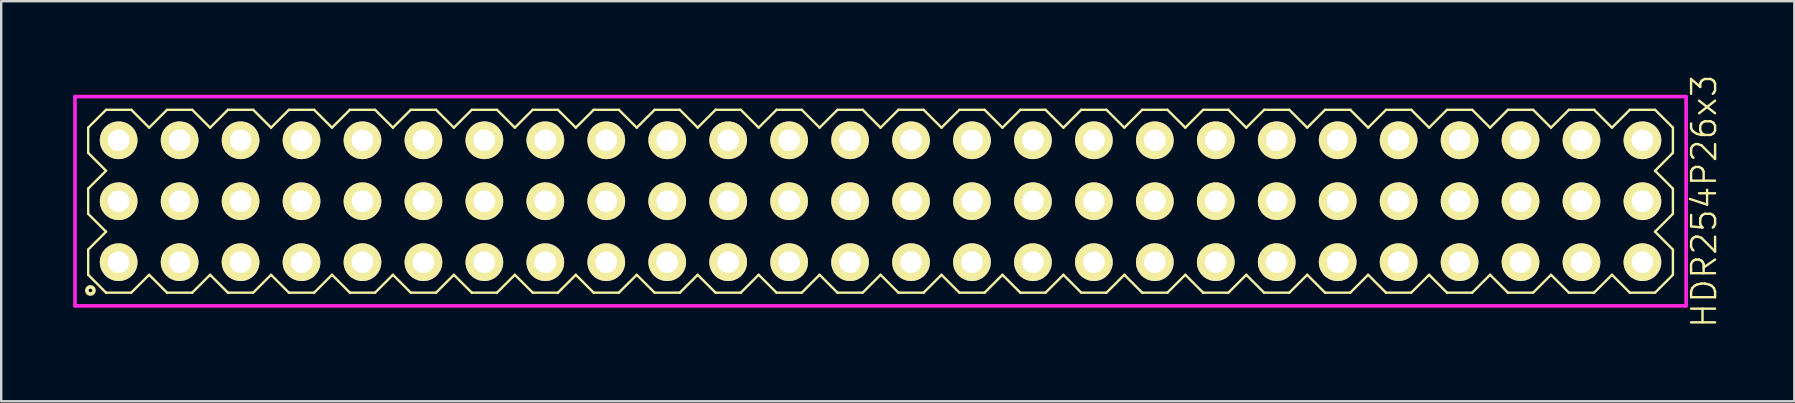
<source format=kicad_pcb>
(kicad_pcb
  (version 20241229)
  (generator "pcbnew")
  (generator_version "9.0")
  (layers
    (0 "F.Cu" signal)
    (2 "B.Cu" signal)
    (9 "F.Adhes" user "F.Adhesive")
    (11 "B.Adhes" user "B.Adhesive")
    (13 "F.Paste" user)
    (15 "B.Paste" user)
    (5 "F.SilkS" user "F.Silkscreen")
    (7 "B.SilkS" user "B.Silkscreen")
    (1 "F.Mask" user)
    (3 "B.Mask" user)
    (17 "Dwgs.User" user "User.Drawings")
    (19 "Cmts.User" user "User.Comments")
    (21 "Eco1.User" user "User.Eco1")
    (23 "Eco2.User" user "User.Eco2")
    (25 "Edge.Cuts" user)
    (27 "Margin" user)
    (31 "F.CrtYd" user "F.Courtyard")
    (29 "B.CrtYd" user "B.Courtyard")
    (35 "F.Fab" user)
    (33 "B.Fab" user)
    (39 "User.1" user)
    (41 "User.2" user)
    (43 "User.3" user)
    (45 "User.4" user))
  (footprint "HDR254P26x3"
    (layer "F.Cu")
    (at 33.645 5.336)
    (property "Reference" "HDR254P26x3" (at 34.32 0 90) (layer "F.SilkS") (effects (font (size 1 1) (thickness 0.1))))
    (attr through_hole)
    (fp_line (start -33.02 -3.066) (end -32.276 -3.81) (stroke (width 0.1) (type solid)) (layer "F.SilkS"))
    (fp_line (start -33.02 -2.014) (end -33.02 -3.066) (stroke (width 0.1) (type solid)) (layer "F.SilkS"))
    (fp_line (start -33.02 -0.526) (end -32.276 -1.27) (stroke (width 0.1) (type solid)) (layer "F.SilkS"))
    (fp_line (start -33.02 0.526) (end -33.02 -0.526) (stroke (width 0.1) (type solid)) (layer "F.SilkS"))
    (fp_line (start -33.02 2.014) (end -32.276 1.27) (stroke (width 0.1) (type solid)) (layer "F.SilkS"))
    (fp_line (start -33.02 3.066) (end -33.02 2.014) (stroke (width 0.1) (type solid)) (layer "F.SilkS"))
    (fp_line (start -32.276 -3.81) (end -31.224 -3.81) (stroke (width 0.1) (type solid)) (layer "F.SilkS"))
    (fp_line (start -32.276 -1.27) (end -33.02 -2.014) (stroke (width 0.1) (type solid)) (layer "F.SilkS"))
    (fp_line (start -32.276 1.27) (end -33.02 0.526) (stroke (width 0.1) (type solid)) (layer "F.SilkS"))
    (fp_line (start -32.276 3.81) (end -33.02 3.066) (stroke (width 0.1) (type solid)) (layer "F.SilkS"))
    (fp_line (start -31.224 -3.81) (end -30.48 -3.066) (stroke (width 0.1) (type solid)) (layer "F.SilkS"))
    (fp_line (start -31.224 3.81) (end -32.276 3.81) (stroke (width 0.1) (type solid)) (layer "F.SilkS"))
    (fp_line (start -30.48 -3.066) (end -29.736 -3.81) (stroke (width 0.1) (type solid)) (layer "F.SilkS"))
    (fp_line (start -30.48 3.066) (end -31.224 3.81) (stroke (width 0.1) (type solid)) (layer "F.SilkS"))
    (fp_line (start -29.736 -3.81) (end -28.684 -3.81) (stroke (width 0.1) (type solid)) (layer "F.SilkS"))
    (fp_line (start -29.736 3.81) (end -30.48 3.066) (stroke (width 0.1) (type solid)) (layer "F.SilkS"))
    (fp_line (start -28.684 -3.81) (end -27.94 -3.066) (stroke (width 0.1) (type solid)) (layer "F.SilkS"))
    (fp_line (start -28.684 3.81) (end -29.736 3.81) (stroke (width 0.1) (type solid)) (layer "F.SilkS"))
    (fp_line (start -27.94 -3.066) (end -27.196 -3.81) (stroke (width 0.1) (type solid)) (layer "F.SilkS"))
    (fp_line (start -27.94 3.066) (end -28.684 3.81) (stroke (width 0.1) (type solid)) (layer "F.SilkS"))
    (fp_line (start -27.196 -3.81) (end -26.144 -3.81) (stroke (width 0.1) (type solid)) (layer "F.SilkS"))
    (fp_line (start -27.196 3.81) (end -27.94 3.066) (stroke (width 0.1) (type solid)) (layer "F.SilkS"))
    (fp_line (start -26.144 -3.81) (end -25.4 -3.066) (stroke (width 0.1) (type solid)) (layer "F.SilkS"))
    (fp_line (start -26.144 3.81) (end -27.196 3.81) (stroke (width 0.1) (type solid)) (layer "F.SilkS"))
    (fp_line (start -25.4 -3.066) (end -24.656 -3.81) (stroke (width 0.1) (type solid)) (layer "F.SilkS"))
    (fp_line (start -25.4 3.066) (end -26.144 3.81) (stroke (width 0.1) (type solid)) (layer "F.SilkS"))
    (fp_line (start -24.656 -3.81) (end -23.604 -3.81) (stroke (width 0.1) (type solid)) (layer "F.SilkS"))
    (fp_line (start -24.656 3.81) (end -25.4 3.066) (stroke (width 0.1) (type solid)) (layer "F.SilkS"))
    (fp_line (start -23.604 -3.81) (end -22.86 -3.066) (stroke (width 0.1) (type solid)) (layer "F.SilkS"))
    (fp_line (start -23.604 3.81) (end -24.656 3.81) (stroke (width 0.1) (type solid)) (layer "F.SilkS"))
    (fp_line (start -22.86 -3.066) (end -22.116 -3.81) (stroke (width 0.1) (type solid)) (layer "F.SilkS"))
    (fp_line (start -22.86 3.066) (end -23.604 3.81) (stroke (width 0.1) (type solid)) (layer "F.SilkS"))
    (fp_line (start -22.116 -3.81) (end -21.064 -3.81) (stroke (width 0.1) (type solid)) (layer "F.SilkS"))
    (fp_line (start -22.116 3.81) (end -22.86 3.066) (stroke (width 0.1) (type solid)) (layer "F.SilkS"))
    (fp_line (start -21.064 -3.81) (end -20.32 -3.066) (stroke (width 0.1) (type solid)) (layer "F.SilkS"))
    (fp_line (start -21.064 3.81) (end -22.116 3.81) (stroke (width 0.1) (type solid)) (layer "F.SilkS"))
    (fp_line (start -20.32 -3.066) (end -19.576 -3.81) (stroke (width 0.1) (type solid)) (layer "F.SilkS"))
    (fp_line (start -20.32 3.066) (end -21.064 3.81) (stroke (width 0.1) (type solid)) (layer "F.SilkS"))
    (fp_line (start -19.576 -3.81) (end -18.524 -3.81) (stroke (width 0.1) (type solid)) (layer "F.SilkS"))
    (fp_line (start -19.576 3.81) (end -20.32 3.066) (stroke (width 0.1) (type solid)) (layer "F.SilkS"))
    (fp_line (start -18.524 -3.81) (end -17.78 -3.066) (stroke (width 0.1) (type solid)) (layer "F.SilkS"))
    (fp_line (start -18.524 3.81) (end -19.576 3.81) (stroke (width 0.1) (type solid)) (layer "F.SilkS"))
    (fp_line (start -17.78 -3.066) (end -17.036 -3.81) (stroke (width 0.1) (type solid)) (layer "F.SilkS"))
    (fp_line (start -17.78 3.066) (end -18.524 3.81) (stroke (width 0.1) (type solid)) (layer "F.SilkS"))
    (fp_line (start -17.036 -3.81) (end -15.984 -3.81) (stroke (width 0.1) (type solid)) (layer "F.SilkS"))
    (fp_line (start -17.036 3.81) (end -17.78 3.066) (stroke (width 0.1) (type solid)) (layer "F.SilkS"))
    (fp_line (start -15.984 -3.81) (end -15.24 -3.066) (stroke (width 0.1) (type solid)) (layer "F.SilkS"))
    (fp_line (start -15.984 3.81) (end -17.036 3.81) (stroke (width 0.1) (type solid)) (layer "F.SilkS"))
    (fp_line (start -15.24 -3.066) (end -14.496 -3.81) (stroke (width 0.1) (type solid)) (layer "F.SilkS"))
    (fp_line (start -15.24 3.066) (end -15.984 3.81) (stroke (width 0.1) (type solid)) (layer "F.SilkS"))
    (fp_line (start -14.496 -3.81) (end -13.444 -3.81) (stroke (width 0.1) (type solid)) (layer "F.SilkS"))
    (fp_line (start -14.496 3.81) (end -15.24 3.066) (stroke (width 0.1) (type solid)) (layer "F.SilkS"))
    (fp_line (start -13.444 -3.81) (end -12.7 -3.066) (stroke (width 0.1) (type solid)) (layer "F.SilkS"))
    (fp_line (start -13.444 3.81) (end -14.496 3.81) (stroke (width 0.1) (type solid)) (layer "F.SilkS"))
    (fp_line (start -12.7 -3.066) (end -11.956 -3.81) (stroke (width 0.1) (type solid)) (layer "F.SilkS"))
    (fp_line (start -12.7 3.066) (end -13.444 3.81) (stroke (width 0.1) (type solid)) (layer "F.SilkS"))
    (fp_line (start -11.956 -3.81) (end -10.904 -3.81) (stroke (width 0.1) (type solid)) (layer "F.SilkS"))
    (fp_line (start -11.956 3.81) (end -12.7 3.066) (stroke (width 0.1) (type solid)) (layer "F.SilkS"))
    (fp_line (start -10.904 -3.81) (end -10.16 -3.066) (stroke (width 0.1) (type solid)) (layer "F.SilkS"))
    (fp_line (start -10.904 3.81) (end -11.956 3.81) (stroke (width 0.1) (type solid)) (layer "F.SilkS"))
    (fp_line (start -10.16 -3.066) (end -9.416 -3.81) (stroke (width 0.1) (type solid)) (layer "F.SilkS"))
    (fp_line (start -10.16 3.066) (end -10.904 3.81) (stroke (width 0.1) (type solid)) (layer "F.SilkS"))
    (fp_line (start -9.416 -3.81) (end -8.364 -3.81) (stroke (width 0.1) (type solid)) (layer "F.SilkS"))
    (fp_line (start -9.416 3.81) (end -10.16 3.066) (stroke (width 0.1) (type solid)) (layer "F.SilkS"))
    (fp_line (start -8.364 -3.81) (end -7.62 -3.066) (stroke (width 0.1) (type solid)) (layer "F.SilkS"))
    (fp_line (start -8.364 3.81) (end -9.416 3.81) (stroke (width 0.1) (type solid)) (layer "F.SilkS"))
    (fp_line (start -7.62 -3.066) (end -6.876 -3.81) (stroke (width 0.1) (type solid)) (layer "F.SilkS"))
    (fp_line (start -7.62 3.066) (end -8.364 3.81) (stroke (width 0.1) (type solid)) (layer "F.SilkS"))
    (fp_line (start -6.876 -3.81) (end -5.824 -3.81) (stroke (width 0.1) (type solid)) (layer "F.SilkS"))
    (fp_line (start -6.876 3.81) (end -7.62 3.066) (stroke (width 0.1) (type solid)) (layer "F.SilkS"))
    (fp_line (start -5.824 -3.81) (end -5.08 -3.066) (stroke (width 0.1) (type solid)) (layer "F.SilkS"))
    (fp_line (start -5.824 3.81) (end -6.876 3.81) (stroke (width 0.1) (type solid)) (layer "F.SilkS"))
    (fp_line (start -5.08 -3.066) (end -4.336 -3.81) (stroke (width 0.1) (type solid)) (layer "F.SilkS"))
    (fp_line (start -5.08 3.066) (end -5.824 3.81) (stroke (width 0.1) (type solid)) (layer "F.SilkS"))
    (fp_line (start -4.336 -3.81) (end -3.284 -3.81) (stroke (width 0.1) (type solid)) (layer "F.SilkS"))
    (fp_line (start -4.336 3.81) (end -5.08 3.066) (stroke (width 0.1) (type solid)) (layer "F.SilkS"))
    (fp_line (start -3.284 -3.81) (end -2.54 -3.066) (stroke (width 0.1) (type solid)) (layer "F.SilkS"))
    (fp_line (start -3.284 3.81) (end -4.336 3.81) (stroke (width 0.1) (type solid)) (layer "F.SilkS"))
    (fp_line (start -2.54 -3.066) (end -1.796 -3.81) (stroke (width 0.1) (type solid)) (layer "F.SilkS"))
    (fp_line (start -2.54 3.066) (end -3.284 3.81) (stroke (width 0.1) (type solid)) (layer "F.SilkS"))
    (fp_line (start -1.796 -3.81) (end -0.744 -3.81) (stroke (width 0.1) (type solid)) (layer "F.SilkS"))
    (fp_line (start -1.796 3.81) (end -2.54 3.066) (stroke (width 0.1) (type solid)) (layer "F.SilkS"))
    (fp_line (start -0.744 -3.81) (end 0 -3.066) (stroke (width 0.1) (type solid)) (layer "F.SilkS"))
    (fp_line (start -0.744 3.81) (end -1.796 3.81) (stroke (width 0.1) (type solid)) (layer "F.SilkS"))
    (fp_line (start 0 -3.066) (end 0.744 -3.81) (stroke (width 0.1) (type solid)) (layer "F.SilkS"))
    (fp_line (start 0 3.066) (end -0.744 3.81) (stroke (width 0.1) (type solid)) (layer "F.SilkS"))
    (fp_line (start 0.744 -3.81) (end 1.796 -3.81) (stroke (width 0.1) (type solid)) (layer "F.SilkS"))
    (fp_line (start 0.744 3.81) (end 0 3.066) (stroke (width 0.1) (type solid)) (layer "F.SilkS"))
    (fp_line (start 1.796 -3.81) (end 2.54 -3.066) (stroke (width 0.1) (type solid)) (layer "F.SilkS"))
    (fp_line (start 1.796 3.81) (end 0.744 3.81) (stroke (width 0.1) (type solid)) (layer "F.SilkS"))
    (fp_line (start 2.54 -3.066) (end 3.284 -3.81) (stroke (width 0.1) (type solid)) (layer "F.SilkS"))
    (fp_line (start 2.54 3.066) (end 1.796 3.81) (stroke (width 0.1) (type solid)) (layer "F.SilkS"))
    (fp_line (start 3.284 -3.81) (end 4.336 -3.81) (stroke (width 0.1) (type solid)) (layer "F.SilkS"))
    (fp_line (start 3.284 3.81) (end 2.54 3.066) (stroke (width 0.1) (type solid)) (layer "F.SilkS"))
    (fp_line (start 4.336 -3.81) (end 5.08 -3.066) (stroke (width 0.1) (type solid)) (layer "F.SilkS"))
    (fp_line (start 4.336 3.81) (end 3.284 3.81) (stroke (width 0.1) (type solid)) (layer "F.SilkS"))
    (fp_line (start 5.08 -3.066) (end 5.824 -3.81) (stroke (width 0.1) (type solid)) (layer "F.SilkS"))
    (fp_line (start 5.08 3.066) (end 4.336 3.81) (stroke (width 0.1) (type solid)) (layer "F.SilkS"))
    (fp_line (start 5.824 -3.81) (end 6.876 -3.81) (stroke (width 0.1) (type solid)) (layer "F.SilkS"))
    (fp_line (start 5.824 3.81) (end 5.08 3.066) (stroke (width 0.1) (type solid)) (layer "F.SilkS"))
    (fp_line (start 6.876 -3.81) (end 7.62 -3.066) (stroke (width 0.1) (type solid)) (layer "F.SilkS"))
    (fp_line (start 6.876 3.81) (end 5.824 3.81) (stroke (width 0.1) (type solid)) (layer "F.SilkS"))
    (fp_line (start 7.62 -3.066) (end 8.364 -3.81) (stroke (width 0.1) (type solid)) (layer "F.SilkS"))
    (fp_line (start 7.62 3.066) (end 6.876 3.81) (stroke (width 0.1) (type solid)) (layer "F.SilkS"))
    (fp_line (start 8.364 -3.81) (end 9.416 -3.81) (stroke (width 0.1) (type solid)) (layer "F.SilkS"))
    (fp_line (start 8.364 3.81) (end 7.62 3.066) (stroke (width 0.1) (type solid)) (layer "F.SilkS"))
    (fp_line (start 9.416 -3.81) (end 10.16 -3.066) (stroke (width 0.1) (type solid)) (layer "F.SilkS"))
    (fp_line (start 9.416 3.81) (end 8.364 3.81) (stroke (width 0.1) (type solid)) (layer "F.SilkS"))
    (fp_line (start 10.16 -3.066) (end 10.904 -3.81) (stroke (width 0.1) (type solid)) (layer "F.SilkS"))
    (fp_line (start 10.16 3.066) (end 9.416 3.81) (stroke (width 0.1) (type solid)) (layer "F.SilkS"))
    (fp_line (start 10.904 -3.81) (end 11.956 -3.81) (stroke (width 0.1) (type solid)) (layer "F.SilkS"))
    (fp_line (start 10.904 3.81) (end 10.16 3.066) (stroke (width 0.1) (type solid)) (layer "F.SilkS"))
    (fp_line (start 11.956 -3.81) (end 12.7 -3.066) (stroke (width 0.1) (type solid)) (layer "F.SilkS"))
    (fp_line (start 11.956 3.81) (end 10.904 3.81) (stroke (width 0.1) (type solid)) (layer "F.SilkS"))
    (fp_line (start 12.7 -3.066) (end 13.444 -3.81) (stroke (width 0.1) (type solid)) (layer "F.SilkS"))
    (fp_line (start 12.7 3.066) (end 11.956 3.81) (stroke (width 0.1) (type solid)) (layer "F.SilkS"))
    (fp_line (start 13.444 -3.81) (end 14.496 -3.81) (stroke (width 0.1) (type solid)) (layer "F.SilkS"))
    (fp_line (start 13.444 3.81) (end 12.7 3.066) (stroke (width 0.1) (type solid)) (layer "F.SilkS"))
    (fp_line (start 14.496 -3.81) (end 15.24 -3.066) (stroke (width 0.1) (type solid)) (layer "F.SilkS"))
    (fp_line (start 14.496 3.81) (end 13.444 3.81) (stroke (width 0.1) (type solid)) (layer "F.SilkS"))
    (fp_line (start 15.24 -3.066) (end 15.984 -3.81) (stroke (width 0.1) (type solid)) (layer "F.SilkS"))
    (fp_line (start 15.24 3.066) (end 14.496 3.81) (stroke (width 0.1) (type solid)) (layer "F.SilkS"))
    (fp_line (start 15.984 -3.81) (end 17.036 -3.81) (stroke (width 0.1) (type solid)) (layer "F.SilkS"))
    (fp_line (start 15.984 3.81) (end 15.24 3.066) (stroke (width 0.1) (type solid)) (layer "F.SilkS"))
    (fp_line (start 17.036 -3.81) (end 17.78 -3.066) (stroke (width 0.1) (type solid)) (layer "F.SilkS"))
    (fp_line (start 17.036 3.81) (end 15.984 3.81) (stroke (width 0.1) (type solid)) (layer "F.SilkS"))
    (fp_line (start 17.78 -3.066) (end 18.524 -3.81) (stroke (width 0.1) (type solid)) (layer "F.SilkS"))
    (fp_line (start 17.78 3.066) (end 17.036 3.81) (stroke (width 0.1) (type solid)) (layer "F.SilkS"))
    (fp_line (start 18.524 -3.81) (end 19.576 -3.81) (stroke (width 0.1) (type solid)) (layer "F.SilkS"))
    (fp_line (start 18.524 3.81) (end 17.78 3.066) (stroke (width 0.1) (type solid)) (layer "F.SilkS"))
    (fp_line (start 19.576 -3.81) (end 20.32 -3.066) (stroke (width 0.1) (type solid)) (layer "F.SilkS"))
    (fp_line (start 19.576 3.81) (end 18.524 3.81) (stroke (width 0.1) (type solid)) (layer "F.SilkS"))
    (fp_line (start 20.32 -3.066) (end 21.064 -3.81) (stroke (width 0.1) (type solid)) (layer "F.SilkS"))
    (fp_line (start 20.32 3.066) (end 19.576 3.81) (stroke (width 0.1) (type solid)) (layer "F.SilkS"))
    (fp_line (start 21.064 -3.81) (end 22.116 -3.81) (stroke (width 0.1) (type solid)) (layer "F.SilkS"))
    (fp_line (start 21.064 3.81) (end 20.32 3.066) (stroke (width 0.1) (type solid)) (layer "F.SilkS"))
    (fp_line (start 22.116 -3.81) (end 22.86 -3.066) (stroke (width 0.1) (type solid)) (layer "F.SilkS"))
    (fp_line (start 22.116 3.81) (end 21.064 3.81) (stroke (width 0.1) (type solid)) (layer "F.SilkS"))
    (fp_line (start 22.86 -3.066) (end 23.604 -3.81) (stroke (width 0.1) (type solid)) (layer "F.SilkS"))
    (fp_line (start 22.86 3.066) (end 22.116 3.81) (stroke (width 0.1) (type solid)) (layer "F.SilkS"))
    (fp_line (start 23.604 -3.81) (end 24.656 -3.81) (stroke (width 0.1) (type solid)) (layer "F.SilkS"))
    (fp_line (start 23.604 3.81) (end 22.86 3.066) (stroke (width 0.1) (type solid)) (layer "F.SilkS"))
    (fp_line (start 24.656 -3.81) (end 25.4 -3.066) (stroke (width 0.1) (type solid)) (layer "F.SilkS"))
    (fp_line (start 24.656 3.81) (end 23.604 3.81) (stroke (width 0.1) (type solid)) (layer "F.SilkS"))
    (fp_line (start 25.4 -3.066) (end 26.144 -3.81) (stroke (width 0.1) (type solid)) (layer "F.SilkS"))
    (fp_line (start 25.4 3.066) (end 24.656 3.81) (stroke (width 0.1) (type solid)) (layer "F.SilkS"))
    (fp_line (start 26.144 -3.81) (end 27.196 -3.81) (stroke (width 0.1) (type solid)) (layer "F.SilkS"))
    (fp_line (start 26.144 3.81) (end 25.4 3.066) (stroke (width 0.1) (type solid)) (layer "F.SilkS"))
    (fp_line (start 27.196 -3.81) (end 27.94 -3.066) (stroke (width 0.1) (type solid)) (layer "F.SilkS"))
    (fp_line (start 27.196 3.81) (end 26.144 3.81) (stroke (width 0.1) (type solid)) (layer "F.SilkS"))
    (fp_line (start 27.94 -3.066) (end 28.684 -3.81) (stroke (width 0.1) (type solid)) (layer "F.SilkS"))
    (fp_line (start 27.94 3.066) (end 27.196 3.81) (stroke (width 0.1) (type solid)) (layer "F.SilkS"))
    (fp_line (start 28.684 -3.81) (end 29.736 -3.81) (stroke (width 0.1) (type solid)) (layer "F.SilkS"))
    (fp_line (start 28.684 3.81) (end 27.94 3.066) (stroke (width 0.1) (type solid)) (layer "F.SilkS"))
    (fp_line (start 29.736 -3.81) (end 30.48 -3.066) (stroke (width 0.1) (type solid)) (layer "F.SilkS"))
    (fp_line (start 29.736 3.81) (end 28.684 3.81) (stroke (width 0.1) (type solid)) (layer "F.SilkS"))
    (fp_line (start 30.48 -3.066) (end 31.224 -3.81) (stroke (width 0.1) (type solid)) (layer "F.SilkS"))
    (fp_line (start 30.48 3.066) (end 29.736 3.81) (stroke (width 0.1) (type solid)) (layer "F.SilkS"))
    (fp_line (start 31.224 -3.81) (end 32.276 -3.81) (stroke (width 0.1) (type solid)) (layer "F.SilkS"))
    (fp_line (start 31.224 3.81) (end 30.48 3.066) (stroke (width 0.1) (type solid)) (layer "F.SilkS"))
    (fp_line (start 32.276 -3.81) (end 33.02 -3.066) (stroke (width 0.1) (type solid)) (layer "F.SilkS"))
    (fp_line (start 32.276 -1.27) (end 33.02 -0.526) (stroke (width 0.1) (type solid)) (layer "F.SilkS"))
    (fp_line (start 32.276 1.27) (end 33.02 2.014) (stroke (width 0.1) (type solid)) (layer "F.SilkS"))
    (fp_line (start 32.276 3.81) (end 31.224 3.81) (stroke (width 0.1) (type solid)) (layer "F.SilkS"))
    (fp_line (start 33.02 -3.066) (end 33.02 -2.014) (stroke (width 0.1) (type solid)) (layer "F.SilkS"))
    (fp_line (start 33.02 -2.014) (end 32.276 -1.27) (stroke (width 0.1) (type solid)) (layer "F.SilkS"))
    (fp_line (start 33.02 -0.526) (end 33.02 0.526) (stroke (width 0.1) (type solid)) (layer "F.SilkS"))
    (fp_line (start 33.02 0.526) (end 32.276 1.27) (stroke (width 0.1) (type solid)) (layer "F.SilkS"))
    (fp_line (start 33.02 2.014) (end 33.02 3.066) (stroke (width 0.1) (type solid)) (layer "F.SilkS"))
    (fp_line (start 33.02 3.066) (end 32.276 3.81) (stroke (width 0.1) (type solid)) (layer "F.SilkS"))
    (fp_circle (center -32.927 3.718) (end -32.777 3.718) (stroke (width 0.15) (type solid)) (fill no) (layer "F.SilkS"))
    (fp_line (start -33.57 -4.36) (end -33.57 4.36) (stroke (width 0.15) (type solid)) (layer "F.CrtYd"))
    (fp_line (start -33.57 4.36) (end 33.57 4.36) (stroke (width 0.15) (type solid)) (layer "F.CrtYd"))
    (fp_line (start 33.57 -4.36) (end -33.57 -4.36) (stroke (width 0.15) (type solid)) (layer "F.CrtYd"))
    (fp_line (start 33.57 4.36) (end 33.57 -4.36) (stroke (width 0.15) (type solid)) (layer "F.CrtYd"))
    (pad "1" thru_hole oval (at -31.75 2.54) (size 1.57 1.57) (drill 0.9) (layers "*.Cu" "*.Mask" "F.SilkS"))
    (pad "2" thru_hole oval (at -31.75 0) (size 1.57 1.57) (drill 0.9) (layers "*.Cu" "*.Mask" "F.SilkS"))
    (pad "3" thru_hole oval (at -31.75 -2.54) (size 1.57 1.57) (drill 0.9) (layers "*.Cu" "*.Mask" "F.SilkS"))
    (pad "4" thru_hole oval (at -29.21 2.54) (size 1.57 1.57) (drill 0.9) (layers "*.Cu" "*.Mask" "F.SilkS"))
    (pad "5" thru_hole oval (at -29.21 0) (size 1.57 1.57) (drill 0.9) (layers "*.Cu" "*.Mask" "F.SilkS"))
    (pad "6" thru_hole oval (at -29.21 -2.54) (size 1.57 1.57) (drill 0.9) (layers "*.Cu" "*.Mask" "F.SilkS"))
    (pad "7" thru_hole oval (at -26.67 2.54) (size 1.57 1.57) (drill 0.9) (layers "*.Cu" "*.Mask" "F.SilkS"))
    (pad "8" thru_hole oval (at -26.67 0) (size 1.57 1.57) (drill 0.9) (layers "*.Cu" "*.Mask" "F.SilkS"))
    (pad "9" thru_hole oval (at -26.67 -2.54) (size 1.57 1.57) (drill 0.9) (layers "*.Cu" "*.Mask" "F.SilkS"))
    (pad "10" thru_hole oval (at -24.13 2.54) (size 1.57 1.57) (drill 0.9) (layers "*.Cu" "*.Mask" "F.SilkS"))
    (pad "11" thru_hole oval (at -24.13 0) (size 1.57 1.57) (drill 0.9) (layers "*.Cu" "*.Mask" "F.SilkS"))
    (pad "12" thru_hole oval (at -24.13 -2.54) (size 1.57 1.57) (drill 0.9) (layers "*.Cu" "*.Mask" "F.SilkS"))
    (pad "13" thru_hole oval (at -21.59 2.54) (size 1.57 1.57) (drill 0.9) (layers "*.Cu" "*.Mask" "F.SilkS"))
    (pad "14" thru_hole oval (at -21.59 0) (size 1.57 1.57) (drill 0.9) (layers "*.Cu" "*.Mask" "F.SilkS"))
    (pad "15" thru_hole oval (at -21.59 -2.54) (size 1.57 1.57) (drill 0.9) (layers "*.Cu" "*.Mask" "F.SilkS"))
    (pad "16" thru_hole oval (at -19.05 2.54) (size 1.57 1.57) (drill 0.9) (layers "*.Cu" "*.Mask" "F.SilkS"))
    (pad "17" thru_hole oval (at -19.05 0) (size 1.57 1.57) (drill 0.9) (layers "*.Cu" "*.Mask" "F.SilkS"))
    (pad "18" thru_hole oval (at -19.05 -2.54) (size 1.57 1.57) (drill 0.9) (layers "*.Cu" "*.Mask" "F.SilkS"))
    (pad "19" thru_hole oval (at -16.51 2.54) (size 1.57 1.57) (drill 0.9) (layers "*.Cu" "*.Mask" "F.SilkS"))
    (pad "20" thru_hole oval (at -16.51 0) (size 1.57 1.57) (drill 0.9) (layers "*.Cu" "*.Mask" "F.SilkS"))
    (pad "21" thru_hole oval (at -16.51 -2.54) (size 1.57 1.57) (drill 0.9) (layers "*.Cu" "*.Mask" "F.SilkS"))
    (pad "22" thru_hole oval (at -13.97 2.54) (size 1.57 1.57) (drill 0.9) (layers "*.Cu" "*.Mask" "F.SilkS"))
    (pad "23" thru_hole oval (at -13.97 0) (size 1.57 1.57) (drill 0.9) (layers "*.Cu" "*.Mask" "F.SilkS"))
    (pad "24" thru_hole oval (at -13.97 -2.54) (size 1.57 1.57) (drill 0.9) (layers "*.Cu" "*.Mask" "F.SilkS"))
    (pad "25" thru_hole oval (at -11.43 2.54) (size 1.57 1.57) (drill 0.9) (layers "*.Cu" "*.Mask" "F.SilkS"))
    (pad "26" thru_hole oval (at -11.43 0) (size 1.57 1.57) (drill 0.9) (layers "*.Cu" "*.Mask" "F.SilkS"))
    (pad "27" thru_hole oval (at -11.43 -2.54) (size 1.57 1.57) (drill 0.9) (layers "*.Cu" "*.Mask" "F.SilkS"))
    (pad "28" thru_hole oval (at -8.89 2.54) (size 1.57 1.57) (drill 0.9) (layers "*.Cu" "*.Mask" "F.SilkS"))
    (pad "29" thru_hole oval (at -8.89 0) (size 1.57 1.57) (drill 0.9) (layers "*.Cu" "*.Mask" "F.SilkS"))
    (pad "30" thru_hole oval (at -8.89 -2.54) (size 1.57 1.57) (drill 0.9) (layers "*.Cu" "*.Mask" "F.SilkS"))
    (pad "31" thru_hole oval (at -6.35 2.54) (size 1.57 1.57) (drill 0.9) (layers "*.Cu" "*.Mask" "F.SilkS"))
    (pad "32" thru_hole oval (at -6.35 0) (size 1.57 1.57) (drill 0.9) (layers "*.Cu" "*.Mask" "F.SilkS"))
    (pad "33" thru_hole oval (at -6.35 -2.54) (size 1.57 1.57) (drill 0.9) (layers "*.Cu" "*.Mask" "F.SilkS"))
    (pad "34" thru_hole oval (at -3.81 2.54) (size 1.57 1.57) (drill 0.9) (layers "*.Cu" "*.Mask" "F.SilkS"))
    (pad "35" thru_hole oval (at -3.81 0) (size 1.57 1.57) (drill 0.9) (layers "*.Cu" "*.Mask" "F.SilkS"))
    (pad "36" thru_hole oval (at -3.81 -2.54) (size 1.57 1.57) (drill 0.9) (layers "*.Cu" "*.Mask" "F.SilkS"))
    (pad "37" thru_hole oval (at -1.27 2.54) (size 1.57 1.57) (drill 0.9) (layers "*.Cu" "*.Mask" "F.SilkS"))
    (pad "38" thru_hole oval (at -1.27 0) (size 1.57 1.57) (drill 0.9) (layers "*.Cu" "*.Mask" "F.SilkS"))
    (pad "39" thru_hole oval (at -1.27 -2.54) (size 1.57 1.57) (drill 0.9) (layers "*.Cu" "*.Mask" "F.SilkS"))
    (pad "40" thru_hole oval (at 1.27 2.54) (size 1.57 1.57) (drill 0.9) (layers "*.Cu" "*.Mask" "F.SilkS"))
    (pad "41" thru_hole oval (at 1.27 0) (size 1.57 1.57) (drill 0.9) (layers "*.Cu" "*.Mask" "F.SilkS"))
    (pad "42" thru_hole oval (at 1.27 -2.54) (size 1.57 1.57) (drill 0.9) (layers "*.Cu" "*.Mask" "F.SilkS"))
    (pad "43" thru_hole oval (at 3.81 2.54) (size 1.57 1.57) (drill 0.9) (layers "*.Cu" "*.Mask" "F.SilkS"))
    (pad "44" thru_hole oval (at 3.81 0) (size 1.57 1.57) (drill 0.9) (layers "*.Cu" "*.Mask" "F.SilkS"))
    (pad "45" thru_hole oval (at 3.81 -2.54) (size 1.57 1.57) (drill 0.9) (layers "*.Cu" "*.Mask" "F.SilkS"))
    (pad "46" thru_hole oval (at 6.35 2.54) (size 1.57 1.57) (drill 0.9) (layers "*.Cu" "*.Mask" "F.SilkS"))
    (pad "47" thru_hole oval (at 6.35 0) (size 1.57 1.57) (drill 0.9) (layers "*.Cu" "*.Mask" "F.SilkS"))
    (pad "48" thru_hole oval (at 6.35 -2.54) (size 1.57 1.57) (drill 0.9) (layers "*.Cu" "*.Mask" "F.SilkS"))
    (pad "49" thru_hole oval (at 8.89 2.54) (size 1.57 1.57) (drill 0.9) (layers "*.Cu" "*.Mask" "F.SilkS"))
    (pad "50" thru_hole oval (at 8.89 0) (size 1.57 1.57) (drill 0.9) (layers "*.Cu" "*.Mask" "F.SilkS"))
    (pad "51" thru_hole oval (at 8.89 -2.54) (size 1.57 1.57) (drill 0.9) (layers "*.Cu" "*.Mask" "F.SilkS"))
    (pad "52" thru_hole oval (at 11.43 2.54) (size 1.57 1.57) (drill 0.9) (layers "*.Cu" "*.Mask" "F.SilkS"))
    (pad "53" thru_hole oval (at 11.43 0) (size 1.57 1.57) (drill 0.9) (layers "*.Cu" "*.Mask" "F.SilkS"))
    (pad "54" thru_hole oval (at 11.43 -2.54) (size 1.57 1.57) (drill 0.9) (layers "*.Cu" "*.Mask" "F.SilkS"))
    (pad "55" thru_hole oval (at 13.97 2.54) (size 1.57 1.57) (drill 0.9) (layers "*.Cu" "*.Mask" "F.SilkS"))
    (pad "56" thru_hole oval (at 13.97 0) (size 1.57 1.57) (drill 0.9) (layers "*.Cu" "*.Mask" "F.SilkS"))
    (pad "57" thru_hole oval (at 13.97 -2.54) (size 1.57 1.57) (drill 0.9) (layers "*.Cu" "*.Mask" "F.SilkS"))
    (pad "58" thru_hole oval (at 16.51 2.54) (size 1.57 1.57) (drill 0.9) (layers "*.Cu" "*.Mask" "F.SilkS"))
    (pad "59" thru_hole oval (at 16.51 0) (size 1.57 1.57) (drill 0.9) (layers "*.Cu" "*.Mask" "F.SilkS"))
    (pad "60" thru_hole oval (at 16.51 -2.54) (size 1.57 1.57) (drill 0.9) (layers "*.Cu" "*.Mask" "F.SilkS"))
    (pad "61" thru_hole oval (at 19.05 2.54) (size 1.57 1.57) (drill 0.9) (layers "*.Cu" "*.Mask" "F.SilkS"))
    (pad "62" thru_hole oval (at 19.05 0) (size 1.57 1.57) (drill 0.9) (layers "*.Cu" "*.Mask" "F.SilkS"))
    (pad "63" thru_hole oval (at 19.05 -2.54) (size 1.57 1.57) (drill 0.9) (layers "*.Cu" "*.Mask" "F.SilkS"))
    (pad "64" thru_hole oval (at 21.59 2.54) (size 1.57 1.57) (drill 0.9) (layers "*.Cu" "*.Mask" "F.SilkS"))
    (pad "65" thru_hole oval (at 21.59 0) (size 1.57 1.57) (drill 0.9) (layers "*.Cu" "*.Mask" "F.SilkS"))
    (pad "66" thru_hole oval (at 21.59 -2.54) (size 1.57 1.57) (drill 0.9) (layers "*.Cu" "*.Mask" "F.SilkS"))
    (pad "67" thru_hole oval (at 24.13 2.54) (size 1.57 1.57) (drill 0.9) (layers "*.Cu" "*.Mask" "F.SilkS"))
    (pad "68" thru_hole oval (at 24.13 0) (size 1.57 1.57) (drill 0.9) (layers "*.Cu" "*.Mask" "F.SilkS"))
    (pad "69" thru_hole oval (at 24.13 -2.54) (size 1.57 1.57) (drill 0.9) (layers "*.Cu" "*.Mask" "F.SilkS"))
    (pad "70" thru_hole oval (at 26.67 2.54) (size 1.57 1.57) (drill 0.9) (layers "*.Cu" "*.Mask" "F.SilkS"))
    (pad "71" thru_hole oval (at 26.67 0) (size 1.57 1.57) (drill 0.9) (layers "*.Cu" "*.Mask" "F.SilkS"))
    (pad "72" thru_hole oval (at 26.67 -2.54) (size 1.57 1.57) (drill 0.9) (layers "*.Cu" "*.Mask" "F.SilkS"))
    (pad "73" thru_hole oval (at 29.21 2.54) (size 1.57 1.57) (drill 0.9) (layers "*.Cu" "*.Mask" "F.SilkS"))
    (pad "74" thru_hole oval (at 29.21 0) (size 1.57 1.57) (drill 0.9) (layers "*.Cu" "*.Mask" "F.SilkS"))
    (pad "75" thru_hole oval (at 29.21 -2.54) (size 1.57 1.57) (drill 0.9) (layers "*.Cu" "*.Mask" "F.SilkS"))
    (pad "76" thru_hole oval (at 31.75 2.54) (size 1.57 1.57) (drill 0.9) (layers "*.Cu" "*.Mask" "F.SilkS"))
    (pad "77" thru_hole oval (at 31.75 0) (size 1.57 1.57) (drill 0.9) (layers "*.Cu" "*.Mask" "F.SilkS"))
    (pad "78" thru_hole oval (at 31.75 -2.54) (size 1.57 1.57) (drill 0.9) (layers "*.Cu" "*.Mask" "F.SilkS")))
  (gr_rect
    (start -3 -3)
    (end 71.725 13.671)
    (stroke (width 0.1) (type default))
    (fill no)
    (layer "Edge.Cuts")))
</source>
